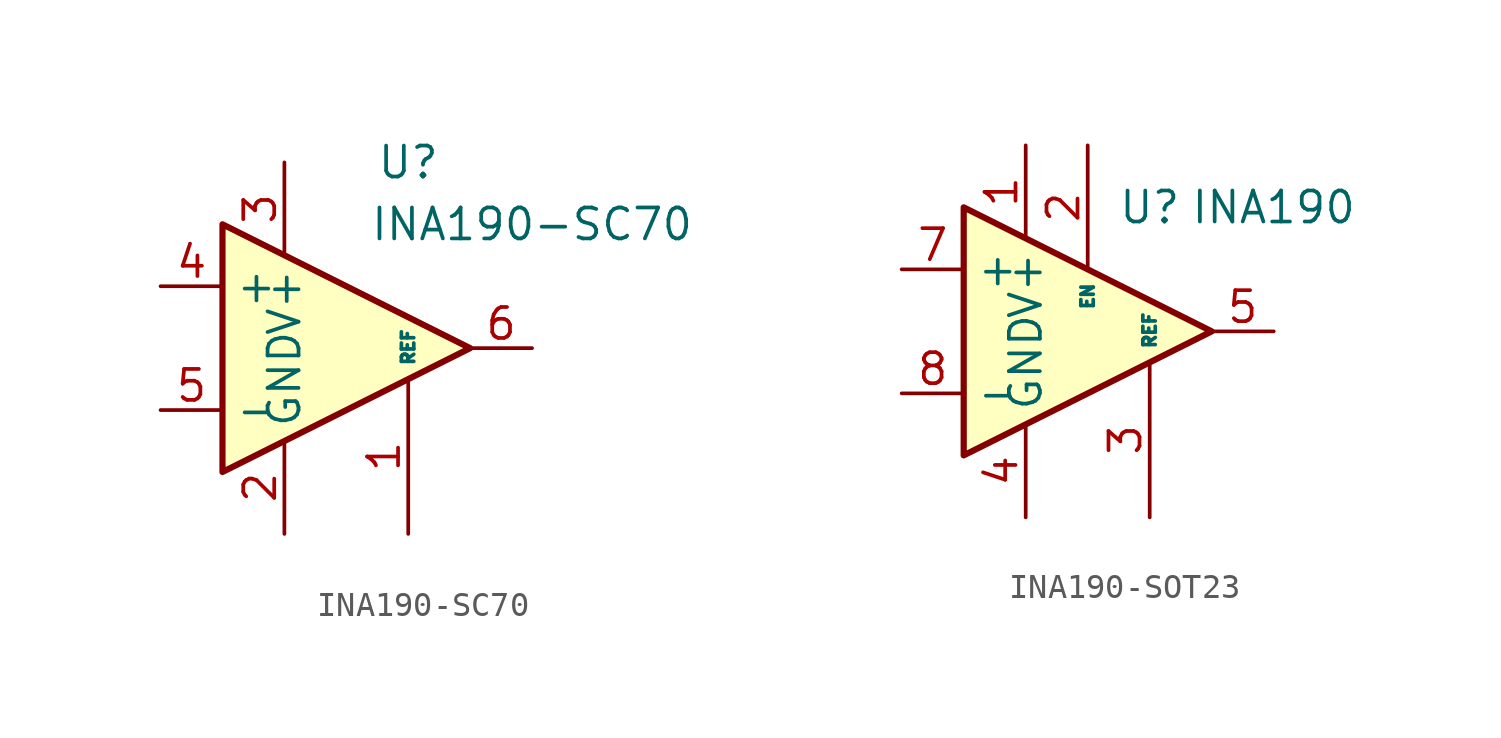
<source format=kicad_sym>
(kicad_symbol_lib
  (version 20220914)
  (generator kicad_symbol_editor)
  (symbol "INA190-SC70"
    (property "Reference" "U"
      (at 5.08 7.62 0)
      (effects (font (size 1.27 1.27))))
    (property "Value" "INA190-SC70"
      (at 10.16 5.08 0)
      (effects (font (size 1.27 1.27))))
    (symbol "INA190-SC70_0_1"
      (polyline (pts (xy 7.62 0) (xy -2.54 5.08) (xy -2.54 -5.08) (xy 7.62 0)) (stroke (width 0.254) (type default)) (fill (type background))))
    (symbol "INA190-SC70_1_1"
      (pin input line (at 5.08 -7.62 90) (length 6.35) (name "REF" (effects (font (size 0.508 0.508)))) (number "1" (effects (font (size 1.27 1.27)))))
      (pin power_in line (at 0 -7.62 90) (length 3.81) (name "GND" (effects (font (size 1.27 1.27)))) (number "2" (effects (font (size 1.27 1.27)))))
      (pin power_in line (at 0 7.62 270) (length 3.81) (name "V+" (effects (font (size 1.27 1.27)))) (number "3" (effects (font (size 1.27 1.27)))))
      (pin input line (at -5.08 2.54 0) (length 2.54) (name "+" (effects (font (size 1.27 1.27)))) (number "4" (effects (font (size 1.27 1.27)))))
      (pin input line (at -5.08 -2.54 0) (length 2.54) (name "-" (effects (font (size 1.27 1.27)))) (number "5" (effects (font (size 1.27 1.27)))))
      (pin output line (at 10.16 0 180) (length 2.54) (name "~" (effects (font (size 1.27 1.27)))) (number "6" (effects (font (size 1.27 1.27)))))))
  (symbol "INA190-SOT23"
    (property "Reference" "U"
      (at 5.08 5.08 0)
      (effects (font (size 1.27 1.27))))
    (property "Value" "INA190"
      (at 10.16 5.08 0)
      (effects (font (size 1.27 1.27))))
    (symbol "INA190-SOT23_0_1"
      (polyline (pts (xy 7.62 0) (xy -2.54 5.08) (xy -2.54 -5.08) (xy 7.62 0)) (stroke (width 0.254) (type default)) (fill (type background))))
    (symbol "INA190-SOT23_1_1"
      (pin power_in line (at 0 7.62 270) (length 3.81) (name "V+" (effects (font (size 1.27 1.27)))) (number "1" (effects (font (size 1.27 1.27)))))
      (pin input line (at 2.54 7.62 270) (length 5.08) (name "EN" (effects (font (size 0.508 0.508)))) (number "2" (effects (font (size 1.27 1.27)))))
      (pin input line (at 5.08 -7.62 90) (length 6.35) (name "REF" (effects (font (size 0.508 0.508)))) (number "3" (effects (font (size 1.27 1.27)))))
      (pin power_in line (at 0 -7.62 90) (length 3.81) (name "GND" (effects (font (size 1.27 1.27)))) (number "4" (effects (font (size 1.27 1.27)))))
      (pin output line (at 10.16 0 180) (length 2.54) (name "~" (effects (font (size 1.27 1.27)))) (number "5" (effects (font (size 1.27 1.27)))))
      (pin no_connect line (at 2.54 -7.62 90) (length 5.08) hide (name "NC" (effects (font (size 0.635 0.635)))) (number "6" (effects (font (size 1.27 1.27)))))
      (pin input line (at -5.08 2.54 0) (length 2.54) (name "+" (effects (font (size 1.27 1.27)))) (number "7" (effects (font (size 1.27 1.27)))))
      (pin input line (at -5.08 -2.54 0) (length 2.54) (name "-" (effects (font (size 1.27 1.27)))) (number "8" (effects (font (size 1.27 1.27))))))))
</source>
